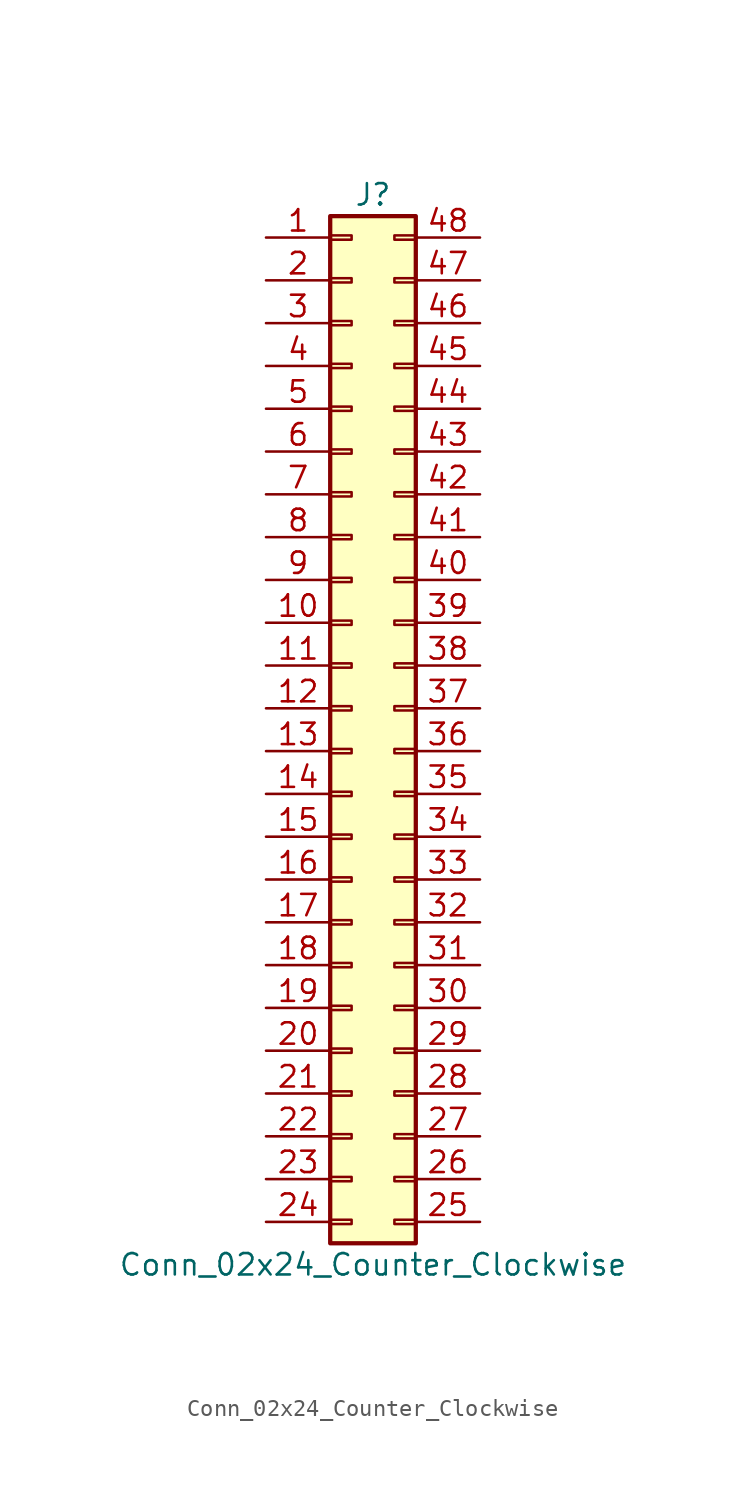
<source format=kicad_sym>
(kicad_symbol_lib
  (version 20201005)
  (generator kicad_symbol_editor)
  (symbol "Connector_Generic:Conn_02x24_Counter_Clockwise"
    (pin_names
      (offset 1.016) hide)
    (property "Reference" "J"
      (at 1.27 30.48 0)
      (effects (font (size 1.27 1.27))))
    (property "Value" "Conn_02x24_Counter_Clockwise"
      (at 1.27 -33.02 0)
      (effects (font (size 1.27 1.27))))
    (symbol "Conn_02x24_Counter_Clockwise_1_1"
      (rectangle (start -1.27 -27.813) (end 0 -28.067) (stroke (width 0.152)) (fill (type none)))
      (rectangle (start -1.27 -30.353) (end 0 -30.607) (stroke (width 0.152)) (fill (type none)))
      (rectangle (start -1.27 -4.953) (end 0 -5.207) (stroke (width 0.152)) (fill (type none)))
      (rectangle (start -1.27 -7.493) (end 0 -7.747) (stroke (width 0.152)) (fill (type none)))
      (rectangle (start -1.27 -10.033) (end 0 -10.287) (stroke (width 0.152)) (fill (type none)))
      (rectangle (start -1.27 -12.573) (end 0 -12.827) (stroke (width 0.152)) (fill (type none)))
      (rectangle (start -1.27 -15.113) (end 0 -15.367) (stroke (width 0.152)) (fill (type none)))
      (rectangle (start -1.27 -17.653) (end 0 -17.907) (stroke (width 0.152)) (fill (type none)))
      (rectangle (start -1.27 -20.193) (end 0 -20.447) (stroke (width 0.152)) (fill (type none)))
      (rectangle (start -1.27 -22.733) (end 0 -22.987) (stroke (width 0.152)) (fill (type none)))
      (rectangle (start -1.27 -2.413) (end 0 -2.667) (stroke (width 0.152)) (fill (type none)))
      (rectangle (start -1.27 -25.273) (end 0 -25.527) (stroke (width 0.152)) (fill (type none)))
      (rectangle (start -1.27 25.527) (end 0 25.273) (stroke (width 0.152)) (fill (type none)))
      (rectangle (start -1.27 2.667) (end 0 2.413) (stroke (width 0.152)) (fill (type none)))
      (rectangle (start -1.27 28.067) (end 0 27.813) (stroke (width 0.152)) (fill (type none)))
      (rectangle (start -1.27 29.21) (end 3.81 -31.75) (stroke (width 0.254)) (fill (type background)))
      (rectangle (start -1.27 5.207) (end 0 4.953) (stroke (width 0.152)) (fill (type none)))
      (rectangle (start -1.27 7.747) (end 0 7.493) (stroke (width 0.152)) (fill (type none)))
      (rectangle (start -1.27 10.287) (end 0 10.033) (stroke (width 0.152)) (fill (type none)))
      (rectangle (start -1.27 0.127) (end 0 -0.127) (stroke (width 0.152)) (fill (type none)))
      (rectangle (start -1.27 12.827) (end 0 12.573) (stroke (width 0.152)) (fill (type none)))
      (rectangle (start -1.27 15.367) (end 0 15.113) (stroke (width 0.152)) (fill (type none)))
      (rectangle (start -1.27 17.907) (end 0 17.653) (stroke (width 0.152)) (fill (type none)))
      (rectangle (start -1.27 20.447) (end 0 20.193) (stroke (width 0.152)) (fill (type none)))
      (rectangle (start -1.27 22.987) (end 0 22.733) (stroke (width 0.152)) (fill (type none)))
      (rectangle (start 3.81 -27.813) (end 2.54 -28.067) (stroke (width 0.152)) (fill (type none)))
      (rectangle (start 3.81 -30.353) (end 2.54 -30.607) (stroke (width 0.152)) (fill (type none)))
      (rectangle (start 3.81 -4.953) (end 2.54 -5.207) (stroke (width 0.152)) (fill (type none)))
      (rectangle (start 3.81 -7.493) (end 2.54 -7.747) (stroke (width 0.152)) (fill (type none)))
      (rectangle (start 3.81 -10.033) (end 2.54 -10.287) (stroke (width 0.152)) (fill (type none)))
      (rectangle (start 3.81 -12.573) (end 2.54 -12.827) (stroke (width 0.152)) (fill (type none)))
      (rectangle (start 3.81 -15.113) (end 2.54 -15.367) (stroke (width 0.152)) (fill (type none)))
      (rectangle (start 3.81 -17.653) (end 2.54 -17.907) (stroke (width 0.152)) (fill (type none)))
      (rectangle (start 3.81 -20.193) (end 2.54 -20.447) (stroke (width 0.152)) (fill (type none)))
      (rectangle (start 3.81 -22.733) (end 2.54 -22.987) (stroke (width 0.152)) (fill (type none)))
      (rectangle (start 3.81 -2.413) (end 2.54 -2.667) (stroke (width 0.152)) (fill (type none)))
      (rectangle (start 3.81 -25.273) (end 2.54 -25.527) (stroke (width 0.152)) (fill (type none)))
      (rectangle (start 3.81 25.527) (end 2.54 25.273) (stroke (width 0.152)) (fill (type none)))
      (rectangle (start 3.81 2.667) (end 2.54 2.413) (stroke (width 0.152)) (fill (type none)))
      (rectangle (start 3.81 28.067) (end 2.54 27.813) (stroke (width 0.152)) (fill (type none)))
      (rectangle (start 3.81 5.207) (end 2.54 4.953) (stroke (width 0.152)) (fill (type none)))
      (rectangle (start 3.81 7.747) (end 2.54 7.493) (stroke (width 0.152)) (fill (type none)))
      (rectangle (start 3.81 10.287) (end 2.54 10.033) (stroke (width 0.152)) (fill (type none)))
      (rectangle (start 3.81 0.127) (end 2.54 -0.127) (stroke (width 0.152)) (fill (type none)))
      (rectangle (start 3.81 12.827) (end 2.54 12.573) (stroke (width 0.152)) (fill (type none)))
      (rectangle (start 3.81 15.367) (end 2.54 15.113) (stroke (width 0.152)) (fill (type none)))
      (rectangle (start 3.81 17.907) (end 2.54 17.653) (stroke (width 0.152)) (fill (type none)))
      (rectangle (start 3.81 20.447) (end 2.54 20.193) (stroke (width 0.152)) (fill (type none)))
      (rectangle (start 3.81 22.987) (end 2.54 22.733) (stroke (width 0.152)) (fill (type none)))
      (pin passive line (at -5.08 27.94 0) (length 3.81) (name "Pin_1" (effects (font (size 1.27 1.27)))) (number "1" (effects (font (size 1.27 1.27)))))
      (pin passive line (at -5.08 5.08 0) (length 3.81) (name "Pin_10" (effects (font (size 1.27 1.27)))) (number "10" (effects (font (size 1.27 1.27)))))
      (pin passive line (at -5.08 2.54 0) (length 3.81) (name "Pin_11" (effects (font (size 1.27 1.27)))) (number "11" (effects (font (size 1.27 1.27)))))
      (pin passive line (at -5.08 0 0) (length 3.81) (name "Pin_12" (effects (font (size 1.27 1.27)))) (number "12" (effects (font (size 1.27 1.27)))))
      (pin passive line (at -5.08 -2.54 0) (length 3.81) (name "Pin_13" (effects (font (size 1.27 1.27)))) (number "13" (effects (font (size 1.27 1.27)))))
      (pin passive line (at -5.08 -5.08 0) (length 3.81) (name "Pin_14" (effects (font (size 1.27 1.27)))) (number "14" (effects (font (size 1.27 1.27)))))
      (pin passive line (at -5.08 -7.62 0) (length 3.81) (name "Pin_15" (effects (font (size 1.27 1.27)))) (number "15" (effects (font (size 1.27 1.27)))))
      (pin passive line (at -5.08 -10.16 0) (length 3.81) (name "Pin_16" (effects (font (size 1.27 1.27)))) (number "16" (effects (font (size 1.27 1.27)))))
      (pin passive line (at -5.08 -12.7 0) (length 3.81) (name "Pin_17" (effects (font (size 1.27 1.27)))) (number "17" (effects (font (size 1.27 1.27)))))
      (pin passive line (at -5.08 -15.24 0) (length 3.81) (name "Pin_18" (effects (font (size 1.27 1.27)))) (number "18" (effects (font (size 1.27 1.27)))))
      (pin passive line (at -5.08 -17.78 0) (length 3.81) (name "Pin_19" (effects (font (size 1.27 1.27)))) (number "19" (effects (font (size 1.27 1.27)))))
      (pin passive line (at -5.08 25.4 0) (length 3.81) (name "Pin_2" (effects (font (size 1.27 1.27)))) (number "2" (effects (font (size 1.27 1.27)))))
      (pin passive line (at -5.08 -20.32 0) (length 3.81) (name "Pin_20" (effects (font (size 1.27 1.27)))) (number "20" (effects (font (size 1.27 1.27)))))
      (pin passive line (at -5.08 -22.86 0) (length 3.81) (name "Pin_21" (effects (font (size 1.27 1.27)))) (number "21" (effects (font (size 1.27 1.27)))))
      (pin passive line (at -5.08 -25.4 0) (length 3.81) (name "Pin_22" (effects (font (size 1.27 1.27)))) (number "22" (effects (font (size 1.27 1.27)))))
      (pin passive line (at -5.08 -27.94 0) (length 3.81) (name "Pin_23" (effects (font (size 1.27 1.27)))) (number "23" (effects (font (size 1.27 1.27)))))
      (pin passive line (at -5.08 -30.48 0) (length 3.81) (name "Pin_24" (effects (font (size 1.27 1.27)))) (number "24" (effects (font (size 1.27 1.27)))))
      (pin passive line (at 7.62 -30.48 180) (length 3.81) (name "Pin_25" (effects (font (size 1.27 1.27)))) (number "25" (effects (font (size 1.27 1.27)))))
      (pin passive line (at 7.62 -27.94 180) (length 3.81) (name "Pin_26" (effects (font (size 1.27 1.27)))) (number "26" (effects (font (size 1.27 1.27)))))
      (pin passive line (at 7.62 -25.4 180) (length 3.81) (name "Pin_27" (effects (font (size 1.27 1.27)))) (number "27" (effects (font (size 1.27 1.27)))))
      (pin passive line (at 7.62 -22.86 180) (length 3.81) (name "Pin_28" (effects (font (size 1.27 1.27)))) (number "28" (effects (font (size 1.27 1.27)))))
      (pin passive line (at 7.62 -20.32 180) (length 3.81) (name "Pin_29" (effects (font (size 1.27 1.27)))) (number "29" (effects (font (size 1.27 1.27)))))
      (pin passive line (at -5.08 22.86 0) (length 3.81) (name "Pin_3" (effects (font (size 1.27 1.27)))) (number "3" (effects (font (size 1.27 1.27)))))
      (pin passive line (at 7.62 -17.78 180) (length 3.81) (name "Pin_30" (effects (font (size 1.27 1.27)))) (number "30" (effects (font (size 1.27 1.27)))))
      (pin passive line (at 7.62 -15.24 180) (length 3.81) (name "Pin_31" (effects (font (size 1.27 1.27)))) (number "31" (effects (font (size 1.27 1.27)))))
      (pin passive line (at 7.62 -12.7 180) (length 3.81) (name "Pin_32" (effects (font (size 1.27 1.27)))) (number "32" (effects (font (size 1.27 1.27)))))
      (pin passive line (at 7.62 -10.16 180) (length 3.81) (name "Pin_33" (effects (font (size 1.27 1.27)))) (number "33" (effects (font (size 1.27 1.27)))))
      (pin passive line (at 7.62 -7.62 180) (length 3.81) (name "Pin_34" (effects (font (size 1.27 1.27)))) (number "34" (effects (font (size 1.27 1.27)))))
      (pin passive line (at 7.62 -5.08 180) (length 3.81) (name "Pin_35" (effects (font (size 1.27 1.27)))) (number "35" (effects (font (size 1.27 1.27)))))
      (pin passive line (at 7.62 -2.54 180) (length 3.81) (name "Pin_36" (effects (font (size 1.27 1.27)))) (number "36" (effects (font (size 1.27 1.27)))))
      (pin passive line (at 7.62 0 180) (length 3.81) (name "Pin_37" (effects (font (size 1.27 1.27)))) (number "37" (effects (font (size 1.27 1.27)))))
      (pin passive line (at 7.62 2.54 180) (length 3.81) (name "Pin_38" (effects (font (size 1.27 1.27)))) (number "38" (effects (font (size 1.27 1.27)))))
      (pin passive line (at 7.62 5.08 180) (length 3.81) (name "Pin_39" (effects (font (size 1.27 1.27)))) (number "39" (effects (font (size 1.27 1.27)))))
      (pin passive line (at -5.08 20.32 0) (length 3.81) (name "Pin_4" (effects (font (size 1.27 1.27)))) (number "4" (effects (font (size 1.27 1.27)))))
      (pin passive line (at 7.62 7.62 180) (length 3.81) (name "Pin_40" (effects (font (size 1.27 1.27)))) (number "40" (effects (font (size 1.27 1.27)))))
      (pin passive line (at 7.62 10.16 180) (length 3.81) (name "Pin_41" (effects (font (size 1.27 1.27)))) (number "41" (effects (font (size 1.27 1.27)))))
      (pin passive line (at 7.62 12.7 180) (length 3.81) (name "Pin_42" (effects (font (size 1.27 1.27)))) (number "42" (effects (font (size 1.27 1.27)))))
      (pin passive line (at 7.62 15.24 180) (length 3.81) (name "Pin_43" (effects (font (size 1.27 1.27)))) (number "43" (effects (font (size 1.27 1.27)))))
      (pin passive line (at 7.62 17.78 180) (length 3.81) (name "Pin_44" (effects (font (size 1.27 1.27)))) (number "44" (effects (font (size 1.27 1.27)))))
      (pin passive line (at 7.62 20.32 180) (length 3.81) (name "Pin_45" (effects (font (size 1.27 1.27)))) (number "45" (effects (font (size 1.27 1.27)))))
      (pin passive line (at 7.62 22.86 180) (length 3.81) (name "Pin_46" (effects (font (size 1.27 1.27)))) (number "46" (effects (font (size 1.27 1.27)))))
      (pin passive line (at 7.62 25.4 180) (length 3.81) (name "Pin_47" (effects (font (size 1.27 1.27)))) (number "47" (effects (font (size 1.27 1.27)))))
      (pin passive line (at 7.62 27.94 180) (length 3.81) (name "Pin_48" (effects (font (size 1.27 1.27)))) (number "48" (effects (font (size 1.27 1.27)))))
      (pin passive line (at -5.08 17.78 0) (length 3.81) (name "Pin_5" (effects (font (size 1.27 1.27)))) (number "5" (effects (font (size 1.27 1.27)))))
      (pin passive line (at -5.08 15.24 0) (length 3.81) (name "Pin_6" (effects (font (size 1.27 1.27)))) (number "6" (effects (font (size 1.27 1.27)))))
      (pin passive line (at -5.08 12.7 0) (length 3.81) (name "Pin_7" (effects (font (size 1.27 1.27)))) (number "7" (effects (font (size 1.27 1.27)))))
      (pin passive line (at -5.08 10.16 0) (length 3.81) (name "Pin_8" (effects (font (size 1.27 1.27)))) (number "8" (effects (font (size 1.27 1.27)))))
      (pin passive line (at -5.08 7.62 0) (length 3.81) (name "Pin_9" (effects (font (size 1.27 1.27)))) (number "9" (effects (font (size 1.27 1.27))))))))
</source>
